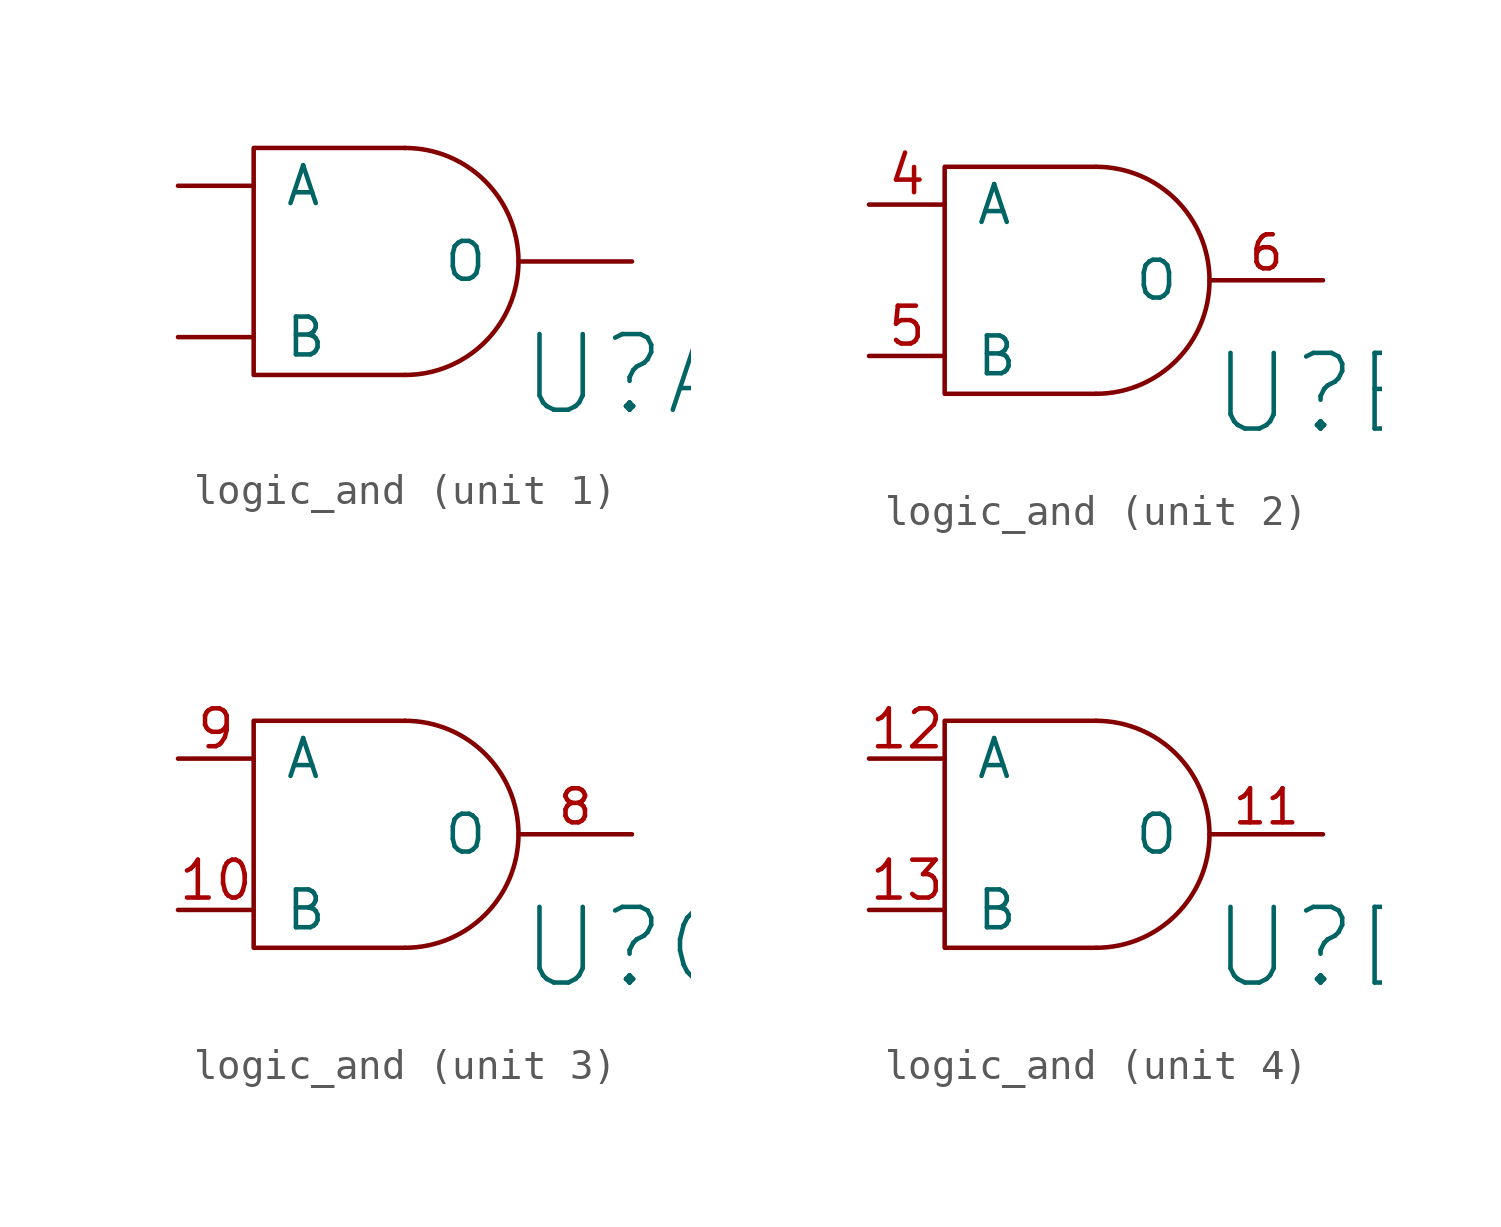
<source format=kicad_sym>
(kicad_symbol_lib
  (version 20211014)
  (generator kicad_symbol_editor)
  (symbol "logic_and"
    (pin_names
      (offset 1.016))
    (property "Reference" "U"
      (at 11.43 -6.35 0)
      (effects (font (size 2.54 2.54)) (justify left)))
    (symbol "logic_and_0_1"
      (polyline (pts (xy 7.62 1.27) (xy 2.54 1.27) (xy 2.54 -6.35) (xy 7.62 -6.35)) (stroke (width 0) (type default) (color 0 0 0 0)) (fill (type none)))
      (arc (start 7.62 -6.35) (mid 11.43 -2.54) (end 7.62 1.27) (stroke (width 0) (type default) (color 0 0 0 0)) (fill (type none))))
    (symbol "logic_and_1_1"
      (pin input line (at 0 0 0) (length 2.54) (name "A" (effects (font (size 1.27 1.27)))) (number "~" (effects (font (size 1.27 1.27)))))
      (pin input line (at 0 -5.08 0) (length 2.54) (name "B" (effects (font (size 1.27 1.27)))) (number "~" (effects (font (size 1.27 1.27)))))
      (pin output line (at 15.24 -2.54 180) (length 3.81) (name "O" (effects (font (size 1.27 1.27)))) (number "~" (effects (font (size 1.143 1.143))))))
    (symbol "logic_and_2_1"
      (pin input line (at 0 0 0) (length 2.54) (name "A" (effects (font (size 1.27 1.27)))) (number "4" (effects (font (size 1.27 1.27)))))
      (pin input line (at 0 -5.08 0) (length 2.54) (name "B" (effects (font (size 1.27 1.27)))) (number "5" (effects (font (size 1.27 1.27)))))
      (pin output line (at 15.24 -2.54 180) (length 3.81) (name "O" (effects (font (size 1.27 1.27)))) (number "6" (effects (font (size 1.143 1.143))))))
    (symbol "logic_and_3_1"
      (pin input line (at 0 -5.08 0) (length 2.54) (name "B" (effects (font (size 1.27 1.27)))) (number "10" (effects (font (size 1.27 1.27)))))
      (pin output line (at 15.24 -2.54 180) (length 3.81) (name "O" (effects (font (size 1.27 1.27)))) (number "8" (effects (font (size 1.143 1.143)))))
      (pin input line (at 0 0 0) (length 2.54) (name "A" (effects (font (size 1.27 1.27)))) (number "9" (effects (font (size 1.27 1.27))))))
    (symbol "logic_and_4_1"
      (pin output line (at 15.24 -2.54 180) (length 3.81) (name "O" (effects (font (size 1.27 1.27)))) (number "11" (effects (font (size 1.143 1.143)))))
      (pin input line (at 0 0 0) (length 2.54) (name "A" (effects (font (size 1.27 1.27)))) (number "12" (effects (font (size 1.27 1.27)))))
      (pin input line (at 0 -5.08 0) (length 2.54) (name "B" (effects (font (size 1.27 1.27)))) (number "13" (effects (font (size 1.27 1.27))))))))
</source>
